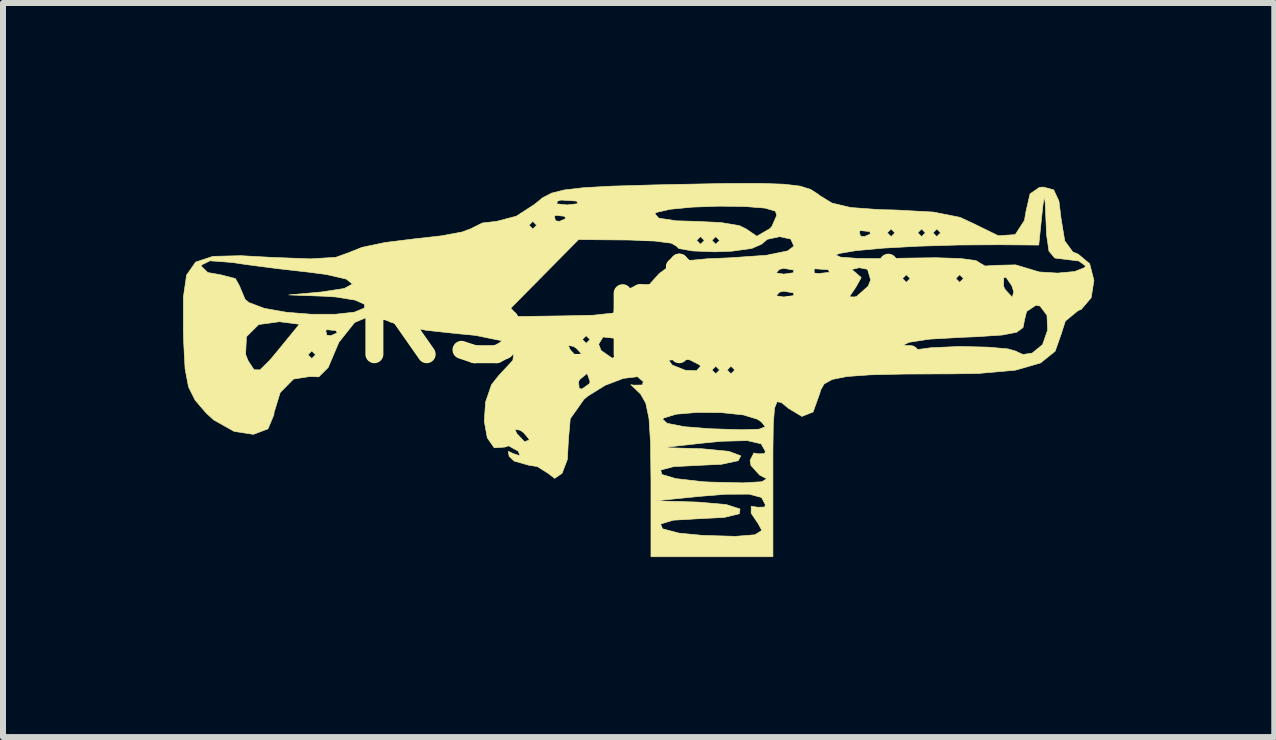
<source format=kicad_pcb>
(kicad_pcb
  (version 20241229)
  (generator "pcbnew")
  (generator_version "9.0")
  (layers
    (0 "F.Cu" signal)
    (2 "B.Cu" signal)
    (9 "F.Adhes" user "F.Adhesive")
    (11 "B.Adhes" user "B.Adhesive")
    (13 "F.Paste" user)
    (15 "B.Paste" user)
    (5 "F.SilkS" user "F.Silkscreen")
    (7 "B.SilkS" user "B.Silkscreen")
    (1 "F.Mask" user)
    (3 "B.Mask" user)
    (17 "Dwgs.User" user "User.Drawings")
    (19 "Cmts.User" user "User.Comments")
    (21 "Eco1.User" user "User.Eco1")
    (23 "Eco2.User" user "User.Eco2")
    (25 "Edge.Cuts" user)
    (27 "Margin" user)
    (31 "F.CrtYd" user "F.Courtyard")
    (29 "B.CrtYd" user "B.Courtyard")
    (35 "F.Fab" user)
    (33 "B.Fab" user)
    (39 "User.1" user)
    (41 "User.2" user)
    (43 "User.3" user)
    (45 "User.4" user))
  (footprint "RS_right"
    (layer "F.Cu")
    (at 7.542 2.162)
    (property "Reference" "RS_right" (at 0 0 0) (layer "F.SilkS") (effects (font (size 1.524 1.524) (thickness 0.3))))
    (attr through_hole)
    (fp_poly (pts (xy 2.473 -2.143) (xy 2.739 -2.111) (xy 2.914 -2.056) (xy 3.038 -1.977) (xy 3.062 -1.956) (xy 3.269 -1.829) (xy 3.584 -1.754) (xy 4.068 -1.719) (xy 4.309 -1.714) (xy 4.958 -1.679) (xy 5.403 -1.591) (xy 5.631 -1.485) (xy 6.041 -1.284) (xy 6.323 -1.303) (xy 6.477 -1.54) (xy 6.501 -1.683) (xy 6.57 -1.982) (xy 6.728 -2.091) (xy 6.795 -2.095) (xy 6.964 -2.048) (xy 7.051 -1.861) (xy 7.087 -1.569) (xy 7.148 -1.198) (xy 7.282 -1.015) (xy 7.373 -0.977) (xy 7.563 -0.818) (xy 7.634 -0.54) (xy 7.588 -0.251) (xy 7.423 -0.057) (xy 7.373 -0.039) (xy 7.158 0.137) (xy 7.087 0.359) (xy 6.988 0.64) (xy 6.745 0.835) (xy 6.33 0.955) (xy 5.712 1.01) (xy 5.271 1.017) (xy 4.48 1.02) (xy 3.908 1.033) (xy 3.518 1.061) (xy 3.273 1.11) (xy 3.139 1.185) (xy 3.079 1.291) (xy 3.069 1.334) (xy 2.955 1.652) (xy 2.769 1.726) (xy 2.543 1.59) (xy 2.429 1.495) (xy 2.355 1.481) (xy 2.313 1.586) (xy 2.292 1.847) (xy 2.286 2.3) (xy 2.286 2.711) (xy 2.286 4.064) (xy 0.254 4.064) (xy 0.254 3.132) (xy 0.318 3.132) (xy 1.048 3.154) (xy 1.51 3.195) (xy 1.737 3.268) (xy 1.727 3.347) (xy 1.476 3.409) (xy 1.079 3.429) (xy 0.625 3.455) (xy 0.415 3.519) (xy 0.446 3.598) (xy 0.717 3.67) (xy 1.111 3.708) (xy 1.664 3.724) (xy 1.987 3.698) (xy 2.101 3.625) (xy 2.041 3.514) (xy 1.923 3.338) (xy 1.924 3.222) (xy 2.032 3.239) (xy 2.149 3.236) (xy 2.159 3.196) (xy 2.097 3.077) (xy 1.888 3.021) (xy 1.493 3.023) (xy 1.079 3.057) (xy 0.318 3.132) (xy 0.254 3.132) (xy 0.254 2.776) (xy 0.252 2.619) (xy 0.417 2.619) (xy 0.433 2.692) (xy 0.667 2.762) (xy 1.11 2.813) (xy 1.238 2.82) (xy 1.787 2.833) (xy 2.104 2.814) (xy 2.182 2.764) (xy 2.064 2.703) (xy 1.92 2.543) (xy 1.905 2.458) (xy 1.969 2.335) (xy 2.032 2.349) (xy 2.149 2.347) (xy 2.159 2.307) (xy 2.09 2.183) (xy 1.86 2.129) (xy 1.435 2.14) (xy 1.143 2.168) (xy 0.445 2.245) (xy 1.111 2.265) (xy 1.553 2.308) (xy 1.751 2.383) (xy 1.708 2.464) (xy 1.427 2.524) (xy 1.079 2.54) (xy 0.629 2.563) (xy 0.417 2.619) (xy 0.252 2.619) (xy 0.247 2.167) (xy 0.222 1.772) (xy 0.448 1.772) (xy 0.523 1.841) (xy 0.808 1.897) (xy 1.234 1.931) (xy 1.756 1.948) (xy 2.054 1.939) (xy 2.158 1.898) (xy 2.097 1.82) (xy 2.028 1.773) (xy 1.793 1.701) (xy 1.429 1.663) (xy 1.026 1.659) (xy 0.675 1.689) (xy 0.466 1.753) (xy 0.448 1.772) (xy 0.222 1.772) (xy 0.221 1.76) (xy 0.168 1.506) (xy 0.081 1.353) (xy 0.032 1.306) (xy -0.081 1.197) (xy -0.032 1.205) (xy 0.109 1.202) (xy 0.127 1.148) (xy 0.031 1.064) (xy -0.205 1.092) (xy -0.508 1.207) (xy -0.801 1.389) (xy -0.864 1.443) (xy -1.091 1.765) (xy -1.122 2.122) (xy -1.139 2.443) (xy -1.227 2.674) (xy -1.351 2.758) (xy -1.454 2.678) (xy -1.64 2.561) (xy -1.778 2.54) (xy -2.025 2.47) (xy -2.108 2.393) (xy -2.124 2.308) (xy -2.032 2.349) (xy -1.926 2.383) (xy -1.958 2.304) (xy -2.118 2.216) (xy -2.182 2.237) (xy -2.357 2.249) (xy -2.473 2.083) (xy -2.499 1.941) (xy -2.012 1.941) (xy -1.981 2.012) (xy -1.853 2.149) (xy -1.779 2.121) (xy -1.778 2.103) (xy -1.868 1.996) (xy -1.925 1.956) (xy -2.012 1.941) (xy -2.499 1.941) (xy -2.523 1.806) (xy -2.502 1.488) (xy -2.403 1.198) (xy -2.359 1.143) (xy -0.953 1.143) (xy -0.942 1.26) (xy -0.896 1.27) (xy -0.767 1.178) (xy -0.762 1.143) (xy -0.805 1.019) (xy -0.818 1.016) (xy -0.926 1.105) (xy -0.953 1.143) (xy -2.359 1.143) (xy -2.286 1.05) (xy -2.047 0.792) (xy -2.047 0.792) (xy 0.549 0.792) (xy 0.608 0.87) (xy 0.826 0.957) (xy 1.015 0.964) (xy 1.025 0.953) (xy 1.27 0.953) (xy 1.333 1.016) (xy 1.397 0.953) (xy 1.524 0.953) (xy 1.587 1.016) (xy 1.651 0.953) (xy 1.587 0.889) (xy 1.524 0.953) (xy 1.397 0.953) (xy 1.333 0.889) (xy 1.27 0.953) (xy 1.025 0.953) (xy 1.078 0.892) (xy 1.066 0.868) (xy 0.901 0.784) (xy 0.723 0.764) (xy 0.549 0.792) (xy -2.047 0.792) (xy -2.024 0.601) (xy -2.109 0.544) (xy -1.123 0.544) (xy -1.092 0.615) (xy -0.964 0.752) (xy -0.89 0.724) (xy -0.889 0.706) (xy -0.979 0.599) (xy -1.036 0.559) (xy -1.123 0.544) (xy -2.109 0.544) (xy -2.142 0.523) (xy -0.618 0.523) (xy -0.577 0.627) (xy -0.392 0.756) (xy -0.365 0.742) (xy 4.349 0.742) (xy 4.404 0.693) (xy 4.574 0.628) (xy 4.926 0.581) (xy 5.385 0.561) (xy 5.429 0.561) (xy 5.876 0.572) (xy 6.203 0.601) (xy 6.348 0.643) (xy 6.35 0.649) (xy 6.452 0.694) (xy 6.604 0.672) (xy 6.778 0.531) (xy 6.863 0.288) (xy 6.852 0.041) (xy 6.736 -0.113) (xy 6.668 -0.127) (xy 6.512 -0.022) (xy 6.477 0.122) (xy 6.453 0.246) (xy 6.346 0.324) (xy 6.107 0.37) (xy 5.686 0.398) (xy 5.439 0.408) (xy 4.891 0.439) (xy 4.554 0.491) (xy 4.386 0.573) (xy 4.35 0.635) (xy 4.349 0.742) (xy -0.365 0.742) (xy -0.205 0.656) (xy -0.19 0.634) (xy -0.218 0.49) (xy -0.315 0.428) (xy -0.545 0.403) (xy -0.618 0.523) (xy -2.142 0.523) (xy -2.228 0.465) (xy -2.332 0.445) (xy -0.889 0.445) (xy -0.826 0.508) (xy -0.762 0.445) (xy -0.826 0.381) (xy -0.889 0.445) (xy -2.332 0.445) (xy -2.669 0.376) (xy -2.992 0.345) (xy -3.477 0.293) (xy -3.87 0.224) (xy -4.096 0.151) (xy -4.11 0.142) (xy -4.319 0.065) (xy -2.223 0.065) (xy -1.214 0.051) (xy -0.708 0.04) (xy -0.383 0.005) (xy -0.166 -0.076) (xy 0.014 -0.229) (xy 0.062 -0.284) (xy 2.341 -0.284) (xy 2.466 -0.264) (xy 2.488 -0.267) (xy 3.559 -0.267) (xy 3.647 -0.264) (xy 3.683 -0.276) (xy 3.87 -0.441) (xy 6.129 -0.441) (xy 6.154 -0.389) (xy 6.275 -0.258) (xy 6.298 -0.351) (xy 6.267 -0.45) (xy 6.173 -0.588) (xy 6.131 -0.585) (xy 6.129 -0.441) (xy 3.87 -0.441) (xy 3.872 -0.443) (xy 3.915 -0.55) (xy 3.908 -0.572) (xy 4.445 -0.572) (xy 4.508 -0.508) (xy 4.572 -0.572) (xy 5.334 -0.572) (xy 5.397 -0.508) (xy 5.461 -0.572) (xy 5.397 -0.635) (xy 5.334 -0.572) (xy 4.572 -0.572) (xy 4.508 -0.635) (xy 4.445 -0.572) (xy 3.908 -0.572) (xy 3.862 -0.725) (xy 3.724 -0.752) (xy 3.596 -0.721) (xy 3.657 -0.676) (xy 3.757 -0.587) (xy 3.664 -0.421) (xy 3.657 -0.411) (xy 3.559 -0.267) (xy 2.488 -0.267) (xy 2.631 -0.287) (xy 2.631 -0.292) (xy 2.873 -0.292) (xy 3.048 -0.274) (xy 3.228 -0.294) (xy 3.207 -0.338) (xy 2.947 -0.355) (xy 2.889 -0.338) (xy 2.873 -0.292) (xy 2.631 -0.292) (xy 2.633 -0.331) (xy 2.463 -0.361) (xy 2.389 -0.341) (xy 2.341 -0.284) (xy 0.062 -0.284) (xy 0.183 -0.422) (xy 0.389 -0.651) (xy 0.408 -0.665) (xy 2.341 -0.665) (xy 2.466 -0.645) (xy 2.631 -0.668) (xy 2.631 -0.673) (xy 2.873 -0.673) (xy 3.048 -0.655) (xy 3.228 -0.675) (xy 3.207 -0.719) (xy 2.947 -0.736) (xy 2.889 -0.719) (xy 2.873 -0.673) (xy 2.631 -0.673) (xy 2.633 -0.712) (xy 2.463 -0.742) (xy 2.389 -0.722) (xy 2.341 -0.665) (xy 0.408 -0.665) (xy 0.576 -0.791) (xy 0.817 -0.865) (xy 1.184 -0.9) (xy 1.577 -0.917) (xy 2.176 -0.959) (xy 2.199 -0.963) (xy 3.334 -0.963) (xy 3.411 -0.928) (xy 3.692 -0.907) (xy 4.129 -0.903) (xy 4.478 -0.911) (xy 5.003 -0.918) (xy 5.418 -0.904) (xy 5.667 -0.871) (xy 5.715 -0.842) (xy 5.82 -0.78) (xy 6.024 -0.792) (xy 6.33 -0.799) (xy 6.5 -0.748) (xy 6.723 -0.681) (xy 7.028 -0.662) (xy 7.314 -0.688) (xy 7.481 -0.754) (xy 7.493 -0.783) (xy 7.384 -0.863) (xy 7.176 -0.889) (xy 6.982 -0.913) (xy 6.885 -1.028) (xy 6.845 -1.301) (xy 6.837 -1.492) (xy 6.822 -1.834) (xy 6.808 -1.934) (xy 6.786 -1.804) (xy 6.765 -1.612) (xy 6.715 -1.129) (xy 6.056 -1.134) (xy 5.369 -1.13) (xy 4.709 -1.11) (xy 4.125 -1.078) (xy 3.669 -1.036) (xy 3.391 -0.989) (xy 3.334 -0.963) (xy 2.199 -0.963) (xy 2.531 -1.032) (xy 2.636 -1.111) (xy 2.583 -1.229) (xy 2.398 -1.269) (xy 2.192 -1.225) (xy 2.095 -1.143) (xy 1.934 -1.073) (xy 1.603 -1.027) (xy 1.319 -1.016) (xy 0.948 -1.031) (xy 0.719 -1.071) (xy 0.679 -1.111) (xy 0.594 -1.16) (xy 0.315 -1.196) (xy 0.061 -1.206) (xy 1.016 -1.206) (xy 1.079 -1.143) (xy 1.143 -1.206) (xy 1.27 -1.206) (xy 1.333 -1.143) (xy 1.397 -1.206) (xy 1.333 -1.27) (xy 1.27 -1.206) (xy 1.143 -1.206) (xy 1.079 -1.27) (xy 1.016 -1.206) (xy 0.061 -1.206) (xy -0.098 -1.213) (xy -0.108 -1.213) (xy -0.953 -1.22) (xy -2.223 0.065) (xy -4.319 0.065) (xy -4.395 0.037) (xy -4.684 0.162) (xy -4.946 0.491) (xy -5.124 0.911) (xy -5.281 1.067) (xy -5.43 1.061) (xy -5.703 1.104) (xy -5.924 1.329) (xy -6.027 1.665) (xy -6.028 1.697) (xy -6.127 1.933) (xy -6.369 2.025) (xy -6.692 1.975) (xy -7.032 1.784) (xy -7.158 1.669) (xy -7.342 1.454) (xy -7.451 1.235) (xy -7.508 0.935) (xy -7.521 0.695) (xy -6.5 0.695) (xy -6.456 0.802) (xy -6.359 0.949) (xy -6.258 0.95) (xy -6.092 0.784) (xy -6.02 0.699) (xy -5.461 0.699) (xy -5.397 0.762) (xy -5.334 0.699) (xy -5.397 0.635) (xy -5.461 0.699) (xy -6.02 0.699) (xy -5.96 0.626) (xy -5.69 0.296) (xy -5.165 0.296) (xy -5.147 0.372) (xy -5.08 0.381) (xy -4.975 0.335) (xy -4.995 0.296) (xy -5.146 0.281) (xy -5.165 0.296) (xy -5.69 0.296) (xy -5.603 0.191) (xy -5.938 0.148) (xy -6.282 0.195) (xy -6.486 0.398) (xy -6.5 0.695) (xy -7.521 0.695) (xy -7.532 0.479) (xy -7.537 0.298) (xy -7.537 -0.26) (xy -7.483 -0.63) (xy -7.379 -0.778) (xy -7.239 -0.778) (xy -7.13 -0.671) (xy -6.921 -0.635) (xy -6.67 -0.571) (xy -6.604 -0.452) (xy -6.508 -0.224) (xy -6.445 -0.171) (xy -6.187 -0.074) (xy -5.818 -0.009) (xy -5.402 0.024) (xy -5.004 0.024) (xy -4.688 -0.011) (xy -4.52 -0.08) (xy -4.517 -0.141) (xy -4.675 -0.212) (xy -4.996 -0.264) (xy -5.183 -0.276) (xy -5.779 -0.298) (xy -5.239 -0.347) (xy -4.857 -0.405) (xy -4.72 -0.48) (xy -4.822 -0.562) (xy -5.155 -0.639) (xy -5.453 -0.678) (xy -5.973 -0.737) (xy -6.482 -0.803) (xy -6.723 -0.839) (xy -7.094 -0.867) (xy -7.237 -0.796) (xy -7.239 -0.778) (xy -7.379 -0.778) (xy -7.333 -0.845) (xy -7.045 -0.941) (xy -6.579 -0.952) (xy -6.068 -0.924) (xy -5.42 -0.899) (xy -4.997 -0.925) (xy -4.777 -1.004) (xy -4.564 -1.09) (xy -4.18 -1.171) (xy -3.705 -1.23) (xy -3.69 -1.232) (xy -3.236 -1.283) (xy -2.89 -1.347) (xy -2.722 -1.411) (xy -2.719 -1.416) (xy -2.629 -1.46) (xy -1.778 -1.46) (xy -1.714 -1.397) (xy -1.651 -1.46) (xy -1.714 -1.524) (xy -1.778 -1.46) (xy -2.629 -1.46) (xy -2.555 -1.497) (xy -2.318 -1.524) (xy -1.994 -1.609) (xy -1.355 -1.609) (xy -1.337 -1.533) (xy -1.27 -1.524) (xy -1.165 -1.57) (xy -1.185 -1.609) (xy -1.336 -1.624) (xy -1.355 -1.609) (xy -1.994 -1.609) (xy -1.989 -1.61) (xy -1.926 -1.651) (xy 0.318 -1.651) (xy 0.385 -1.577) (xy 0.678 -1.533) (xy 1.001 -1.524) (xy 1.419 -1.504) (xy 1.727 -1.453) (xy 1.841 -1.397) (xy 2.018 -1.276) (xy 2.154 -1.355) (xy 3.725 -1.355) (xy 3.743 -1.279) (xy 3.81 -1.27) (xy 3.915 -1.316) (xy 3.906 -1.333) (xy 4.191 -1.333) (xy 4.255 -1.27) (xy 4.318 -1.333) (xy 4.699 -1.333) (xy 4.763 -1.27) (xy 4.826 -1.333) (xy 4.953 -1.333) (xy 5.016 -1.27) (xy 5.08 -1.333) (xy 5.016 -1.397) (xy 4.953 -1.333) (xy 4.826 -1.333) (xy 4.763 -1.397) (xy 4.699 -1.333) (xy 4.318 -1.333) (xy 4.255 -1.397) (xy 4.191 -1.333) (xy 3.906 -1.333) (xy 3.895 -1.355) (xy 3.744 -1.37) (xy 3.725 -1.355) (xy 2.154 -1.355) (xy 2.235 -1.402) (xy 2.269 -1.44) (xy 2.35 -1.626) (xy 2.327 -1.694) (xy 2.154 -1.745) (xy 1.812 -1.772) (xy 1.382 -1.777) (xy 0.942 -1.761) (xy 0.571 -1.725) (xy 0.346 -1.673) (xy 0.318 -1.651) (xy -1.926 -1.651) (xy -1.681 -1.81) (xy -1.674 -1.816) (xy -1.318 -1.816) (xy -1.143 -1.798) (xy -0.963 -1.818) (xy -0.984 -1.862) (xy -1.244 -1.879) (xy -1.302 -1.862) (xy -1.318 -1.816) (xy -1.674 -1.816) (xy -1.553 -1.916) (xy -1.402 -1.994) (xy -1.187 -2.048) (xy -0.866 -2.085) (xy -0.398 -2.111) (xy 0.26 -2.13) (xy 0.716 -2.14) (xy 1.501 -2.155) (xy 2.073 -2.157) (xy 2.473 -2.143)) (stroke (width 0.01) (type solid)) (fill yes) (layer "F.SilkS")))
  (gr_rect
    (start -3 -3)
    (end 18.181 9.231)
    (stroke (width 0.1) (type default))
    (fill no)
    (layer "Edge.Cuts")))
</source>
